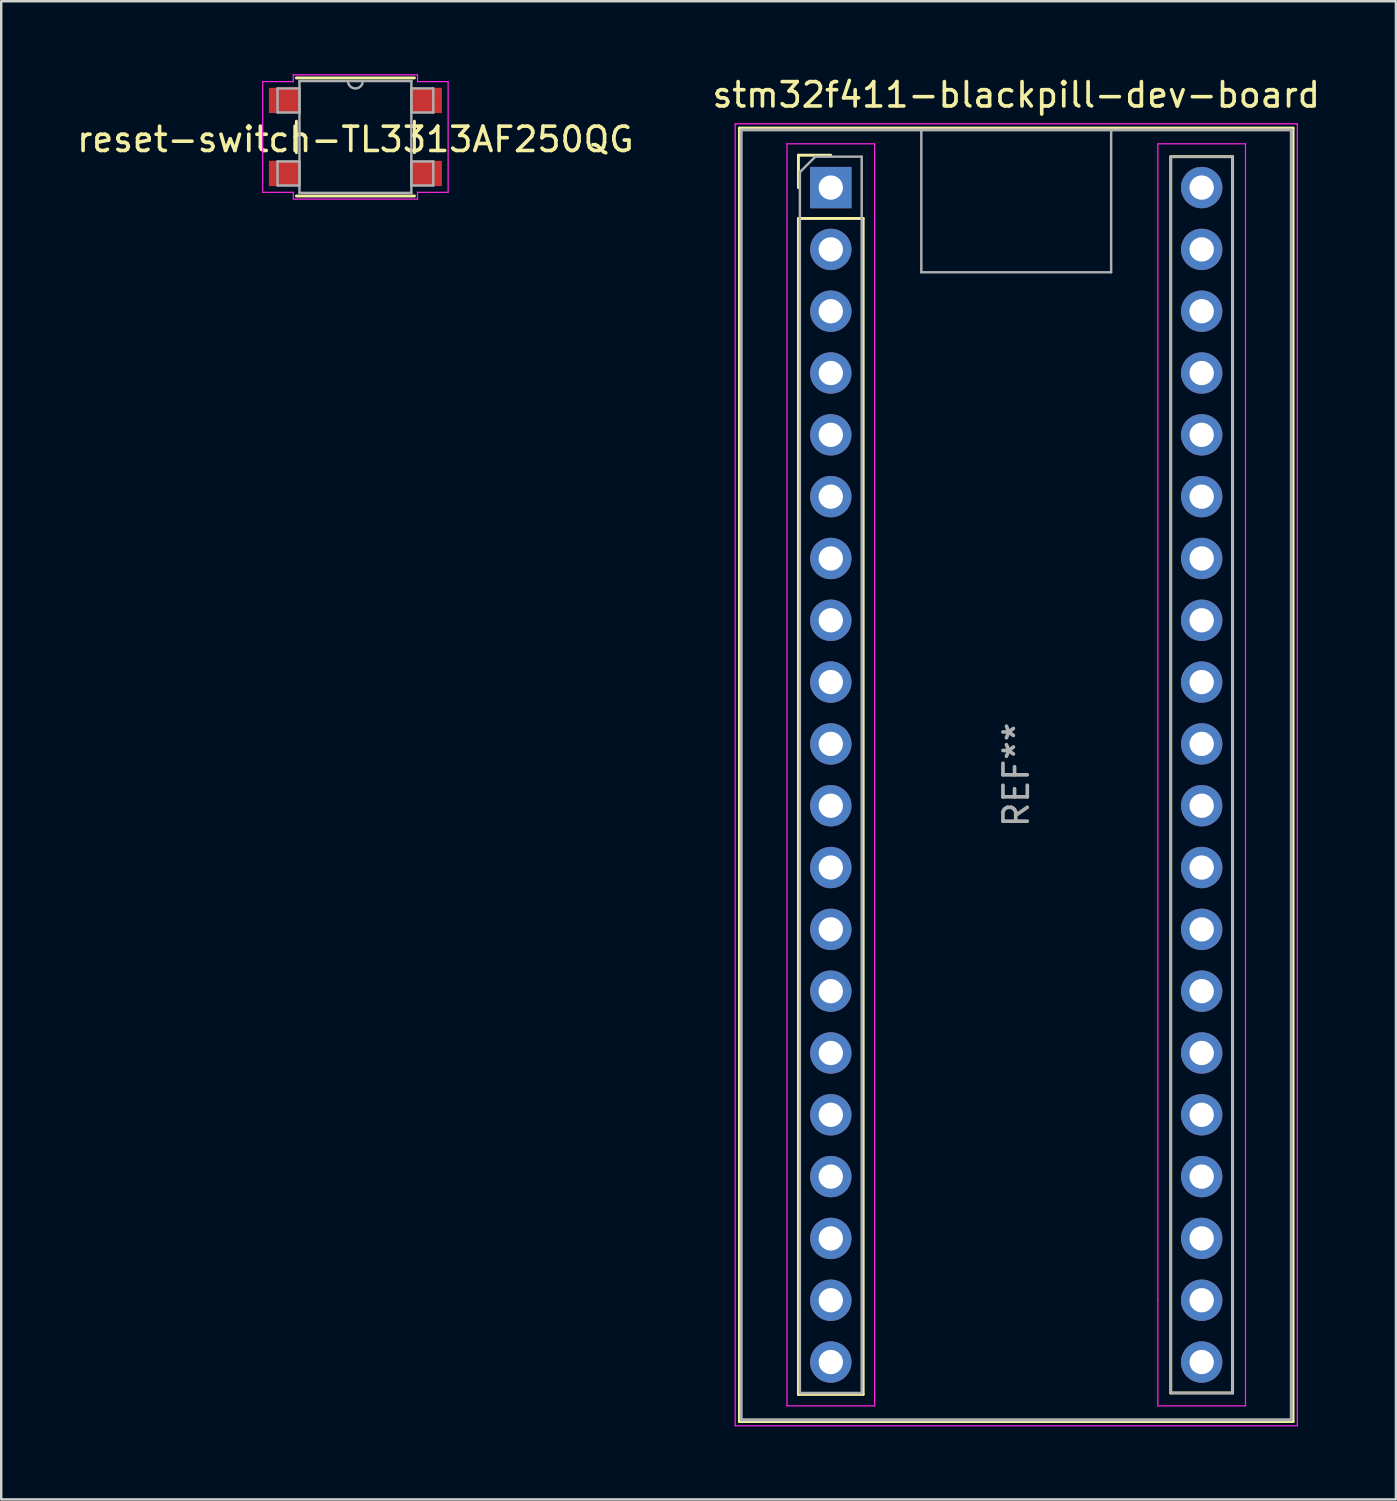
<source format=kicad_pcb>
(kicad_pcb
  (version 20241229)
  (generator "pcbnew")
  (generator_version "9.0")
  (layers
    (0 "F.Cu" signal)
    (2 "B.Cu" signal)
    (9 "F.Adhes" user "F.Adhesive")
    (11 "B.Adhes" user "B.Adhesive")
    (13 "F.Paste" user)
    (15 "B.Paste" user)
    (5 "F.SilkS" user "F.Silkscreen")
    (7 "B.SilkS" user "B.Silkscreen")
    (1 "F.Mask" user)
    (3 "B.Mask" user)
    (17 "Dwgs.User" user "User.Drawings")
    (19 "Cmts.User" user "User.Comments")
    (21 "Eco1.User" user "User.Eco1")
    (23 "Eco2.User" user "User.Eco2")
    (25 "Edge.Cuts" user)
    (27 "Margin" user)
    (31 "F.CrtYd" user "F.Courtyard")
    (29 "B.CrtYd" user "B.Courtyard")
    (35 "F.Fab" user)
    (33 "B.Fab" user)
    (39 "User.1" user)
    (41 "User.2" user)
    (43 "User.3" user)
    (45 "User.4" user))
  (footprint "reset-switch-TL3313AF250QG"
    (layer "F.Cu")
    (at 11.554 2.578)
    (property "Reference" "reset-switch-TL3313AF250QG" (at 0 0.1 0) (layer "F.SilkS") (effects (font (size 1 1) (thickness 0.15))))
    (attr through_hole)
    (fp_line (start -2.426 -0.647) (end -2.426 0.647) (stroke (width 0.12) (type solid)) (layer "F.SilkS"))
    (fp_line (start -2.426 2.426) (end 2.426 2.426) (stroke (width 0.12) (type solid)) (layer "F.SilkS"))
    (fp_line (start 2.426 -2.426) (end -2.426 -2.426) (stroke (width 0.12) (type solid)) (layer "F.SilkS"))
    (fp_line (start 2.426 0.647) (end 2.426 -0.647) (stroke (width 0.12) (type solid)) (layer "F.SilkS"))
    (fp_line (start -3.81 -2.275) (end -2.553 -2.275) (stroke (width 0.05) (type solid)) (layer "F.CrtYd"))
    (fp_line (start -3.81 2.275) (end -3.81 -2.275) (stroke (width 0.05) (type solid)) (layer "F.CrtYd"))
    (fp_line (start -2.553 -2.553) (end 2.553 -2.553) (stroke (width 0.05) (type solid)) (layer "F.CrtYd"))
    (fp_line (start -2.553 -2.275) (end -2.553 -2.553) (stroke (width 0.05) (type solid)) (layer "F.CrtYd"))
    (fp_line (start -2.553 2.275) (end -3.81 2.275) (stroke (width 0.05) (type solid)) (layer "F.CrtYd"))
    (fp_line (start -2.553 2.553) (end -2.553 2.275) (stroke (width 0.05) (type solid)) (layer "F.CrtYd"))
    (fp_line (start 2.553 -2.553) (end 2.553 -2.275) (stroke (width 0.05) (type solid)) (layer "F.CrtYd"))
    (fp_line (start 2.553 -2.275) (end 3.81 -2.275) (stroke (width 0.05) (type solid)) (layer "F.CrtYd"))
    (fp_line (start 2.553 2.275) (end 2.553 2.553) (stroke (width 0.05) (type solid)) (layer "F.CrtYd"))
    (fp_line (start 2.553 2.553) (end -2.553 2.553) (stroke (width 0.05) (type solid)) (layer "F.CrtYd"))
    (fp_line (start 3.81 -2.275) (end 3.81 2.275) (stroke (width 0.05) (type solid)) (layer "F.CrtYd"))
    (fp_line (start 3.81 2.275) (end 2.553 2.275) (stroke (width 0.05) (type solid)) (layer "F.CrtYd"))
    (fp_line (start -3.2 -1.995) (end -3.2 -1.005) (stroke (width 0.1) (type solid)) (layer "F.Fab"))
    (fp_line (start -3.2 -1.005) (end -2.299 -1.005) (stroke (width 0.1) (type solid)) (layer "F.Fab"))
    (fp_line (start -3.2 1.005) (end -3.2 1.995) (stroke (width 0.1) (type solid)) (layer "F.Fab"))
    (fp_line (start -3.2 1.995) (end -2.299 1.995) (stroke (width 0.1) (type solid)) (layer "F.Fab"))
    (fp_line (start -2.299 -2.299) (end -2.299 2.299) (stroke (width 0.1) (type solid)) (layer "F.Fab"))
    (fp_line (start -2.299 -1.995) (end -3.2 -1.995) (stroke (width 0.1) (type solid)) (layer "F.Fab"))
    (fp_line (start -2.299 -1.005) (end -2.299 -1.995) (stroke (width 0.1) (type solid)) (layer "F.Fab"))
    (fp_line (start -2.299 1.005) (end -3.2 1.005) (stroke (width 0.1) (type solid)) (layer "F.Fab"))
    (fp_line (start -2.299 1.995) (end -2.299 1.005) (stroke (width 0.1) (type solid)) (layer "F.Fab"))
    (fp_line (start -2.299 2.299) (end 2.299 2.299) (stroke (width 0.1) (type solid)) (layer "F.Fab"))
    (fp_line (start 2.299 -2.299) (end -2.299 -2.299) (stroke (width 0.1) (type solid)) (layer "F.Fab"))
    (fp_line (start 2.299 -1.995) (end 2.299 -1.005) (stroke (width 0.1) (type solid)) (layer "F.Fab"))
    (fp_line (start 2.299 -1.005) (end 3.2 -1.005) (stroke (width 0.1) (type solid)) (layer "F.Fab"))
    (fp_line (start 2.299 1.005) (end 2.299 1.995) (stroke (width 0.1) (type solid)) (layer "F.Fab"))
    (fp_line (start 2.299 1.995) (end 3.2 1.995) (stroke (width 0.1) (type solid)) (layer "F.Fab"))
    (fp_line (start 2.299 2.299) (end 2.299 -2.299) (stroke (width 0.1) (type solid)) (layer "F.Fab"))
    (fp_line (start 3.2 -1.995) (end 2.299 -1.995) (stroke (width 0.1) (type solid)) (layer "F.Fab"))
    (fp_line (start 3.2 -1.005) (end 3.2 -1.995) (stroke (width 0.1) (type solid)) (layer "F.Fab"))
    (fp_line (start 3.2 1.005) (end 2.299 1.005) (stroke (width 0.1) (type solid)) (layer "F.Fab"))
    (fp_line (start 3.2 1.995) (end 3.2 1.005) (stroke (width 0.1) (type solid)) (layer "F.Fab"))
    (fp_arc (start 0.3048 -2.2987) (mid 0 -1.9939) (end -0.3048 -2.2987) (stroke (width 0.1) (type solid)) (layer "F.Fab"))
    (pad "1" smd rect (at -2.927 1.5) (size 1.257 1.041) (layers "F.Cu" "F.Mask" "F.Paste"))
    (pad "2" smd rect (at 2.927 1.5) (size 1.257 1.041) (layers "F.Cu" "F.Mask" "F.Paste"))
    (pad "3" smd rect (at -2.927 -1.5) (size 1.257 1.041) (layers "F.Cu" "F.Mask" "F.Paste"))
    (pad "4" smd rect (at 2.927 -1.5) (size 1.257 1.041) (layers "F.Cu" "F.Mask" "F.Paste")))
  (footprint "stm32f411-blackpill-dev-board"
    (layer "F.Cu")
    (at 31.088 4.658)
    (property "Reference" "stm32f411-blackpill-dev-board" (at 7.62 -3.81 0) (layer "F.SilkS") (effects (font (size 1 1) (thickness 0.15))))
    (attr through_hole)
    (fp_line (start -3.755 -2.445) (end 18.995 -2.445) (stroke (width 0.12) (type solid)) (layer "F.SilkS"))
    (fp_line (start -3.755 50.705) (end -3.755 -2.445) (stroke (width 0.12) (type solid)) (layer "F.SilkS"))
    (fp_line (start -1.33 -1.33) (end 0 -1.33) (stroke (width 0.12) (type solid)) (layer "F.SilkS"))
    (fp_line (start -1.33 0) (end -1.33 -1.33) (stroke (width 0.12) (type solid)) (layer "F.SilkS"))
    (fp_line (start -1.33 1.27) (end 1.33 1.27) (stroke (width 0.12) (type solid)) (layer "F.SilkS"))
    (fp_line (start -1.33 49.59) (end -1.33 1.27) (stroke (width 0.12) (type solid)) (layer "F.SilkS"))
    (fp_line (start 1.33 1.27) (end 1.33 49.59) (stroke (width 0.12) (type solid)) (layer "F.SilkS"))
    (fp_line (start 1.33 49.59) (end -1.33 49.59) (stroke (width 0.12) (type solid)) (layer "F.SilkS"))
    (fp_line (start 13.97 -1.27) (end 16.51 -1.27) (stroke (width 0.12) (type solid)) (layer "F.SilkS"))
    (fp_line (start 13.97 49.53) (end 13.97 -1.27) (stroke (width 0.12) (type solid)) (layer "F.SilkS"))
    (fp_line (start 16.51 -1.27) (end 16.51 49.53) (stroke (width 0.12) (type solid)) (layer "F.SilkS"))
    (fp_line (start 16.51 49.53) (end 13.97 49.53) (stroke (width 0.12) (type solid)) (layer "F.SilkS"))
    (fp_line (start 18.995 -2.445) (end 18.995 50.705) (stroke (width 0.12) (type solid)) (layer "F.SilkS"))
    (fp_line (start 18.995 50.705) (end -3.755 50.705) (stroke (width 0.12) (type solid)) (layer "F.SilkS"))
    (fp_line (start -3.93 -2.62) (end 19.17 -2.62) (stroke (width 0.05) (type solid)) (layer "F.CrtYd"))
    (fp_line (start -3.93 50.88) (end -3.93 -2.62) (stroke (width 0.05) (type solid)) (layer "F.CrtYd"))
    (fp_line (start -1.8 -1.8) (end -1.8 50.06) (stroke (width 0.05) (type solid)) (layer "F.CrtYd"))
    (fp_line (start -1.8 50.06) (end 1.8 50.06) (stroke (width 0.05) (type solid)) (layer "F.CrtYd"))
    (fp_line (start 1.8 -1.8) (end -1.8 -1.8) (stroke (width 0.05) (type solid)) (layer "F.CrtYd"))
    (fp_line (start 1.8 -1.8) (end 1.8 45.72) (stroke (width 0.05) (type solid)) (layer "F.CrtYd"))
    (fp_line (start 1.8 45.72) (end 1.8 50.06) (stroke (width 0.05) (type solid)) (layer "F.CrtYd"))
    (fp_line (start 13.44 -1.8) (end 13.44 45.72) (stroke (width 0.05) (type solid)) (layer "F.CrtYd"))
    (fp_line (start 13.44 -1.8) (end 17.04 -1.8) (stroke (width 0.05) (type solid)) (layer "F.CrtYd"))
    (fp_line (start 13.44 45.72) (end 13.44 50.06) (stroke (width 0.05) (type solid)) (layer "F.CrtYd"))
    (fp_line (start 17.04 -1.8) (end 17.04 50.06) (stroke (width 0.05) (type solid)) (layer "F.CrtYd"))
    (fp_line (start 17.04 50.06) (end 13.44 50.06) (stroke (width 0.05) (type solid)) (layer "F.CrtYd"))
    (fp_line (start 19.17 -2.62) (end 19.17 50.88) (stroke (width 0.05) (type solid)) (layer "F.CrtYd"))
    (fp_line (start 19.17 50.88) (end -3.93 50.88) (stroke (width 0.05) (type solid)) (layer "F.CrtYd"))
    (fp_line (start -3.68 -2.37) (end 18.92 -2.37) (stroke (width 0.12) (type solid)) (layer "F.Fab"))
    (fp_line (start -3.68 50.63) (end -3.68 -2.32) (stroke (width 0.12) (type solid)) (layer "F.Fab"))
    (fp_line (start -3.68 50.63) (end 18.92 50.63) (stroke (width 0.12) (type solid)) (layer "F.Fab"))
    (fp_line (start -1.27 -0.635) (end -0.635 -1.27) (stroke (width 0.1) (type solid)) (layer "F.Fab"))
    (fp_line (start -1.27 49.53) (end -1.27 -0.635) (stroke (width 0.1) (type solid)) (layer "F.Fab"))
    (fp_line (start -0.635 -1.27) (end 1.27 -1.27) (stroke (width 0.1) (type solid)) (layer "F.Fab"))
    (fp_line (start 1.27 -1.27) (end 1.27 49.53) (stroke (width 0.1) (type solid)) (layer "F.Fab"))
    (fp_line (start 1.27 49.53) (end -1.27 49.53) (stroke (width 0.1) (type solid)) (layer "F.Fab"))
    (fp_line (start 3.72 3.48) (end 3.72 -2.32) (stroke (width 0.1) (type solid)) (layer "F.Fab"))
    (fp_line (start 3.72 3.48) (end 11.52 3.48) (stroke (width 0.1) (type solid)) (layer "F.Fab"))
    (fp_line (start 11.52 3.48) (end 11.52 -2.32) (stroke (width 0.1) (type solid)) (layer "F.Fab"))
    (fp_line (start 13.97 -1.27) (end 16.51 -1.27) (stroke (width 0.1) (type solid)) (layer "F.Fab"))
    (fp_line (start 13.97 49.53) (end 13.97 -1.27) (stroke (width 0.1) (type solid)) (layer "F.Fab"))
    (fp_line (start 16.51 -1.27) (end 16.51 49.53) (stroke (width 0.1) (type solid)) (layer "F.Fab"))
    (fp_line (start 16.51 49.53) (end 13.97 49.53) (stroke (width 0.1) (type solid)) (layer "F.Fab"))
    (fp_line (start 18.92 -2.37) (end 18.92 50.63) (stroke (width 0.12) (type solid)) (layer "F.Fab"))
    (fp_text user "REF**" (at 7.62 24.13 90) (layer "F.Fab") (effects (font (size 1 1) (thickness 0.15))))
    (pad "1" thru_hole rect (at 0 0) (size 1.7 1.7) (drill 1) (layers "*.Cu" "*.Mask"))
    (pad "2" thru_hole circle (at 0 2.54) (size 1.7 1.7) (drill 1) (layers "*.Cu" "*.Mask"))
    (pad "3" thru_hole circle (at 0 5.08) (size 1.7 1.7) (drill 1) (layers "*.Cu" "*.Mask"))
    (pad "4" thru_hole circle (at 0 7.62) (size 1.7 1.7) (drill 1) (layers "*.Cu" "*.Mask"))
    (pad "5" thru_hole circle (at 0 10.16) (size 1.7 1.7) (drill 1) (layers "*.Cu" "*.Mask"))
    (pad "6" thru_hole circle (at 0 12.7) (size 1.7 1.7) (drill 1) (layers "*.Cu" "*.Mask"))
    (pad "7" thru_hole circle (at 0 15.24) (size 1.7 1.7) (drill 1) (layers "*.Cu" "*.Mask"))
    (pad "8" thru_hole circle (at 0 17.78) (size 1.7 1.7) (drill 1) (layers "*.Cu" "*.Mask"))
    (pad "9" thru_hole circle (at 0 20.32) (size 1.7 1.7) (drill 1) (layers "*.Cu" "*.Mask"))
    (pad "10" thru_hole circle (at 0 22.86) (size 1.7 1.7) (drill 1) (layers "*.Cu" "*.Mask"))
    (pad "11" thru_hole circle (at 0 25.4) (size 1.7 1.7) (drill 1) (layers "*.Cu" "*.Mask"))
    (pad "12" thru_hole circle (at 0 27.94) (size 1.7 1.7) (drill 1) (layers "*.Cu" "*.Mask"))
    (pad "13" thru_hole circle (at 0 30.48) (size 1.7 1.7) (drill 1) (layers "*.Cu" "*.Mask"))
    (pad "14" thru_hole circle (at 0 33.02) (size 1.7 1.7) (drill 1) (layers "*.Cu" "*.Mask"))
    (pad "15" thru_hole circle (at 0 35.56) (size 1.7 1.7) (drill 1) (layers "*.Cu" "*.Mask"))
    (pad "16" thru_hole circle (at 0 38.1) (size 1.7 1.7) (drill 1) (layers "*.Cu" "*.Mask"))
    (pad "17" thru_hole circle (at 0 40.64) (size 1.7 1.7) (drill 1) (layers "*.Cu" "*.Mask"))
    (pad "18" thru_hole circle (at 0 43.18) (size 1.7 1.7) (drill 1) (layers "*.Cu" "*.Mask"))
    (pad "19" thru_hole circle (at 0 45.72) (size 1.7 1.7) (drill 1) (layers "*.Cu" "*.Mask"))
    (pad "20" thru_hole circle (at 0 48.26) (size 1.7 1.7) (drill 1) (layers "*.Cu" "*.Mask"))
    (pad "21" thru_hole circle (at 15.24 48.26) (size 1.7 1.7) (drill 1) (layers "*.Cu" "*.Mask"))
    (pad "22" thru_hole circle (at 15.24 45.72) (size 1.7 1.7) (drill 1) (layers "*.Cu" "*.Mask"))
    (pad "23" thru_hole circle (at 15.24 43.18) (size 1.7 1.7) (drill 1) (layers "*.Cu" "*.Mask"))
    (pad "24" thru_hole circle (at 15.24 40.64) (size 1.7 1.7) (drill 1) (layers "*.Cu" "*.Mask"))
    (pad "25" thru_hole circle (at 15.24 38.1) (size 1.7 1.7) (drill 1) (layers "*.Cu" "*.Mask"))
    (pad "26" thru_hole circle (at 15.24 35.56) (size 1.7 1.7) (drill 1) (layers "*.Cu" "*.Mask"))
    (pad "27" thru_hole circle (at 15.24 33.02) (size 1.7 1.7) (drill 1) (layers "*.Cu" "*.Mask"))
    (pad "28" thru_hole circle (at 15.24 30.48) (size 1.7 1.7) (drill 1) (layers "*.Cu" "*.Mask"))
    (pad "29" thru_hole circle (at 15.24 27.94) (size 1.7 1.7) (drill 1) (layers "*.Cu" "*.Mask"))
    (pad "30" thru_hole circle (at 15.24 25.4) (size 1.7 1.7) (drill 1) (layers "*.Cu" "*.Mask"))
    (pad "31" thru_hole circle (at 15.24 22.86) (size 1.7 1.7) (drill 1) (layers "*.Cu" "*.Mask"))
    (pad "32" thru_hole circle (at 15.24 20.32) (size 1.7 1.7) (drill 1) (layers "*.Cu" "*.Mask"))
    (pad "33" thru_hole circle (at 15.24 17.78) (size 1.7 1.7) (drill 1) (layers "*.Cu" "*.Mask"))
    (pad "34" thru_hole circle (at 15.24 15.24) (size 1.7 1.7) (drill 1) (layers "*.Cu" "*.Mask"))
    (pad "35" thru_hole circle (at 15.24 12.7) (size 1.7 1.7) (drill 1) (layers "*.Cu" "*.Mask"))
    (pad "36" thru_hole circle (at 15.24 10.16) (size 1.7 1.7) (drill 1) (layers "*.Cu" "*.Mask"))
    (pad "37" thru_hole circle (at 15.24 7.62) (size 1.7 1.7) (drill 1) (layers "*.Cu" "*.Mask"))
    (pad "38" thru_hole circle (at 15.24 5.08) (size 1.7 1.7) (drill 1) (layers "*.Cu" "*.Mask"))
    (pad "39" thru_hole circle (at 15.24 2.54) (size 1.7 1.7) (drill 1) (layers "*.Cu" "*.Mask"))
    (pad "40" thru_hole circle (at 15.24 0) (size 1.7 1.7) (drill 1) (layers "*.Cu" "*.Mask")))
  (gr_rect
    (start -3 -3)
    (end 54.31 58.563)
    (stroke (width 0.1) (type default))
    (fill no)
    (layer "Edge.Cuts")))
</source>
